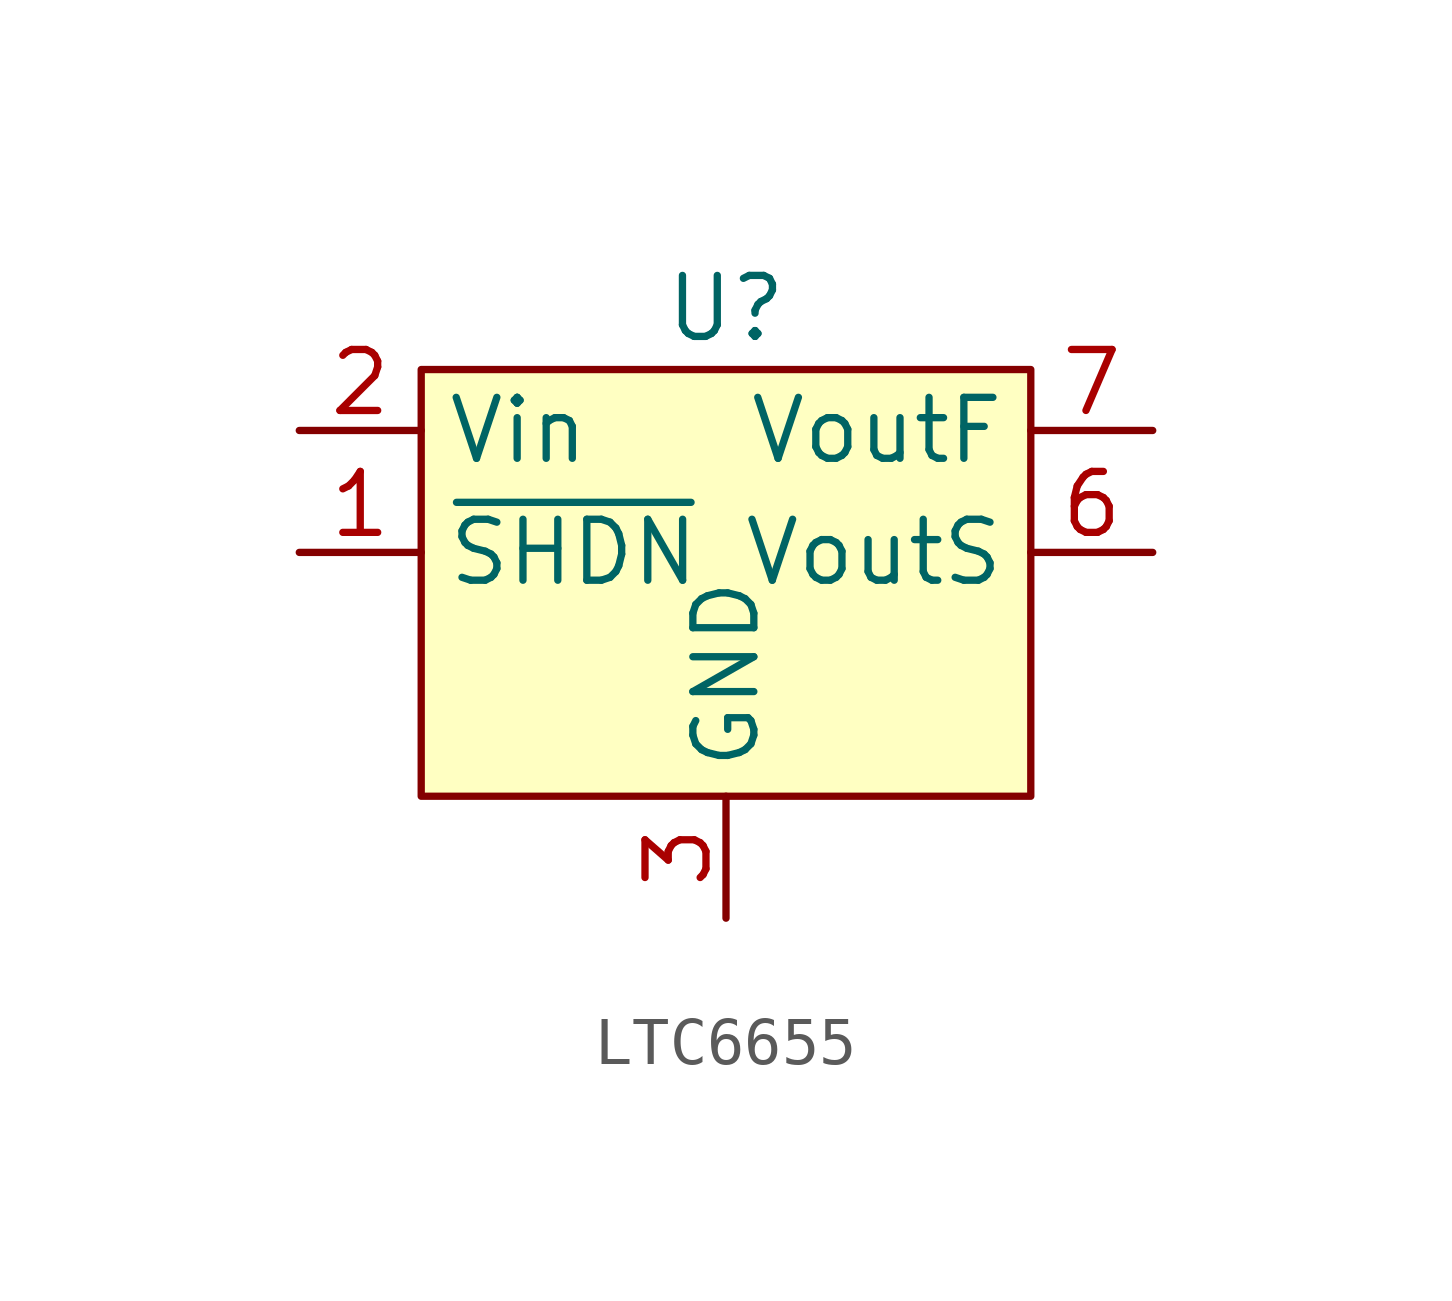
<source format=kicad_sym>
(kicad_symbol_lib
  (version 20241209)
  (generator "kicad_symbol_editor")
  (generator_version "9.0")
  (symbol "LTC6655"
    (property "Reference" "U"
      (at 0 7.62 0)
      (effects (font (size 1.27 1.27))))
    (property "Value" ""
      (at 0 7.62 0)
      (effects (font (size 1.27 1.27))))
    (symbol "LTC6655_1_1"
      (rectangle (start -6.35 6.35) (end 6.35 -2.54) (stroke (width 0) (type default)) (fill (type background)))
      (pin input line (at -8.89 5.08 0) (length 2.54) (name "Vin" (effects (font (size 1.27 1.27)))) (number "2" (effects (font (size 1.27 1.27)))))
      (pin input line (at -8.89 2.54 0) (length 2.54) (name "~{SHDN}" (effects (font (size 1.27 1.27)))) (number "1" (effects (font (size 1.27 1.27)))))
      (pin input line (at 0 -5.08 90) (length 2.54) (name "GND" (effects (font (size 1.27 1.27)))) (number "3" (effects (font (size 1.27 1.27)))))
      (pin input line (at 0 -5.08 90) (length 2.54) (hide yes) (name "GND" (effects (font (size 1.27 1.27)))) (number "4" (effects (font (size 1.27 1.27)))))
      (pin input line (at 0 -5.08 90) (length 2.54) (hide yes) (name "GND" (effects (font (size 1.27 1.27)))) (number "5" (effects (font (size 1.27 1.27)))))
      (pin input line (at 0 -5.08 90) (length 2.54) (hide yes) (name "GND" (effects (font (size 1.27 1.27)))) (number "8" (effects (font (size 1.27 1.27)))))
      (pin output line (at 8.89 5.08 180) (length 2.54) (name "VoutF" (effects (font (size 1.27 1.27)))) (number "7" (effects (font (size 1.27 1.27)))))
      (pin bidirectional line (at 8.89 2.54 180) (length 2.54) (name "VoutS" (effects (font (size 1.27 1.27)))) (number "6" (effects (font (size 1.27 1.27))))))))
</source>
